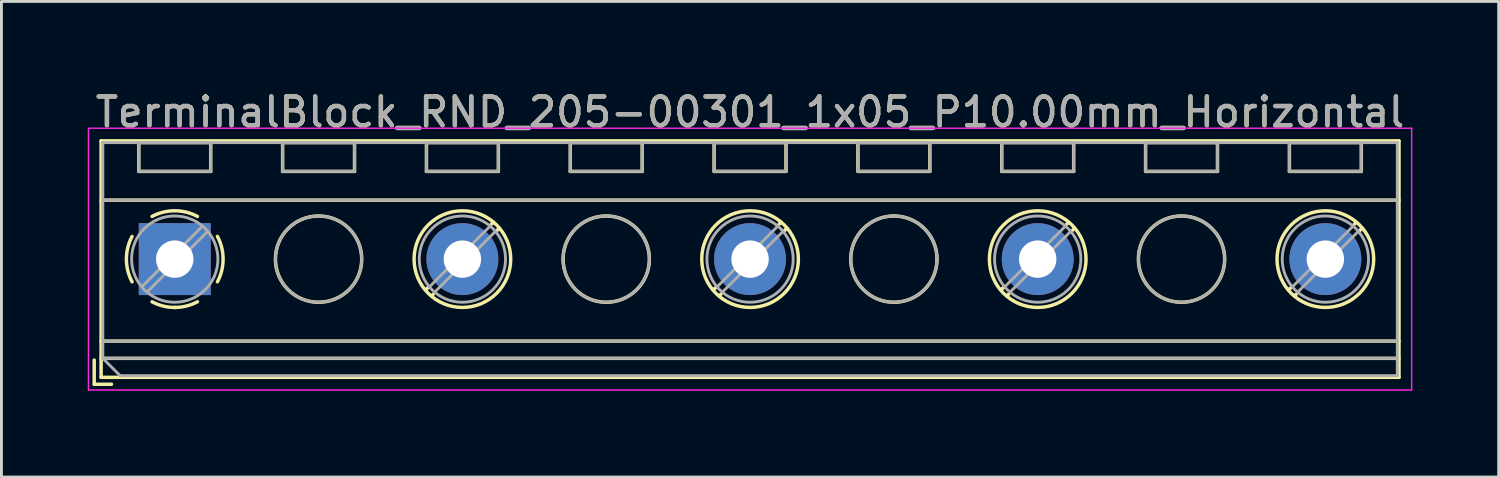
<source format=kicad_pcb>
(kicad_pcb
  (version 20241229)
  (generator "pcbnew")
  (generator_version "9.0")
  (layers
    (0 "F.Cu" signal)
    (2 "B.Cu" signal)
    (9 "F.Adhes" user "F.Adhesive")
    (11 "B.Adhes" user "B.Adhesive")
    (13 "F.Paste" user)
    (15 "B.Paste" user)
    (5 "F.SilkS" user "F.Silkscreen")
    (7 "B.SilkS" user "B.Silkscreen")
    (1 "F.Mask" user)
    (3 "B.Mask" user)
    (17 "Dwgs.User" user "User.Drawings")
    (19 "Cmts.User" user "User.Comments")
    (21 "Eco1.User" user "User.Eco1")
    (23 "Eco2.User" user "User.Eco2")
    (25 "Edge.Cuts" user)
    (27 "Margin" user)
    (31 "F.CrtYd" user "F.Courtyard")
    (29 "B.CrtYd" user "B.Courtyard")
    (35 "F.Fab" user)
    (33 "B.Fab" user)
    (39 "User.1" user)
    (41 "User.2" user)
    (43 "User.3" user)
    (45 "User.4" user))
  (footprint "TerminalBlock_RND_205-00301_1x05_P10.00mm_Horizontal"
    (layer "F.Cu")
    (at 3.025 5.958)
    (property "Reference" "TerminalBlock_RND_205-00301_1x05_P10.00mm_Horizontal" (at 20 -5.11 0) (layer "F.SilkS") (effects (font (size 1 1) (thickness 0.15))))
    (attr through_hole)
    (fp_line (start -2.8 3.51) (end -2.8 4.35) (stroke (width 0.12) (type solid)) (layer "F.SilkS"))
    (fp_line (start -2.8 4.35) (end -2.2 4.35) (stroke (width 0.12) (type solid)) (layer "F.SilkS"))
    (fp_line (start -2.56 -4.11) (end -2.56 4.11) (stroke (width 0.12) (type solid)) (layer "F.SilkS"))
    (fp_line (start -2.56 -4.11) (end 42.56 -4.11) (stroke (width 0.12) (type solid)) (layer "F.SilkS"))
    (fp_line (start -2.56 -2.05) (end 42.56 -2.05) (stroke (width 0.12) (type solid)) (layer "F.SilkS"))
    (fp_line (start -2.56 2.85) (end 42.56 2.85) (stroke (width 0.12) (type solid)) (layer "F.SilkS"))
    (fp_line (start -2.56 3.45) (end 42.56 3.45) (stroke (width 0.12) (type solid)) (layer "F.SilkS"))
    (fp_line (start -2.56 4.11) (end 42.56 4.11) (stroke (width 0.12) (type solid)) (layer "F.SilkS"))
    (fp_line (start -1.25 -4.05) (end -1.25 -3.05) (stroke (width 0.12) (type solid)) (layer "F.SilkS"))
    (fp_line (start -1.25 -4.05) (end 1.25 -4.05) (stroke (width 0.12) (type solid)) (layer "F.SilkS"))
    (fp_line (start -1.25 -3.05) (end 1.25 -3.05) (stroke (width 0.12) (type solid)) (layer "F.SilkS"))
    (fp_line (start 1.25 -4.05) (end 1.25 -3.05) (stroke (width 0.12) (type solid)) (layer "F.SilkS"))
    (fp_line (start 3.75 -4.05) (end 3.75 -3.05) (stroke (width 0.12) (type solid)) (layer "F.SilkS"))
    (fp_line (start 3.75 -4.05) (end 6.25 -4.05) (stroke (width 0.12) (type solid)) (layer "F.SilkS"))
    (fp_line (start 3.75 -3.05) (end 6.25 -3.05) (stroke (width 0.12) (type solid)) (layer "F.SilkS"))
    (fp_line (start 6.25 -4.05) (end 6.25 -3.05) (stroke (width 0.12) (type solid)) (layer "F.SilkS"))
    (fp_line (start 8.75 -4.05) (end 8.75 -3.05) (stroke (width 0.12) (type solid)) (layer "F.SilkS"))
    (fp_line (start 8.75 -4.05) (end 11.25 -4.05) (stroke (width 0.12) (type solid)) (layer "F.SilkS"))
    (fp_line (start 8.75 -3.05) (end 11.25 -3.05) (stroke (width 0.12) (type solid)) (layer "F.SilkS"))
    (fp_line (start 8.82 0.976) (end 8.726 1.069) (stroke (width 0.12) (type solid)) (layer "F.SilkS"))
    (fp_line (start 8.99 1.216) (end 8.931 1.274) (stroke (width 0.12) (type solid)) (layer "F.SilkS"))
    (fp_line (start 11.07 -1.275) (end 11.011 -1.216) (stroke (width 0.12) (type solid)) (layer "F.SilkS"))
    (fp_line (start 11.25 -4.05) (end 11.25 -3.05) (stroke (width 0.12) (type solid)) (layer "F.SilkS"))
    (fp_line (start 11.275 -1.069) (end 11.181 -0.976) (stroke (width 0.12) (type solid)) (layer "F.SilkS"))
    (fp_line (start 13.75 -4.05) (end 13.75 -3.05) (stroke (width 0.12) (type solid)) (layer "F.SilkS"))
    (fp_line (start 13.75 -4.05) (end 16.25 -4.05) (stroke (width 0.12) (type solid)) (layer "F.SilkS"))
    (fp_line (start 13.75 -3.05) (end 16.25 -3.05) (stroke (width 0.12) (type solid)) (layer "F.SilkS"))
    (fp_line (start 16.25 -4.05) (end 16.25 -3.05) (stroke (width 0.12) (type solid)) (layer "F.SilkS"))
    (fp_line (start 18.75 -4.05) (end 18.75 -3.05) (stroke (width 0.12) (type solid)) (layer "F.SilkS"))
    (fp_line (start 18.75 -4.05) (end 21.25 -4.05) (stroke (width 0.12) (type solid)) (layer "F.SilkS"))
    (fp_line (start 18.75 -3.05) (end 21.25 -3.05) (stroke (width 0.12) (type solid)) (layer "F.SilkS"))
    (fp_line (start 18.82 0.976) (end 18.726 1.069) (stroke (width 0.12) (type solid)) (layer "F.SilkS"))
    (fp_line (start 18.99 1.216) (end 18.931 1.274) (stroke (width 0.12) (type solid)) (layer "F.SilkS"))
    (fp_line (start 21.07 -1.275) (end 21.011 -1.216) (stroke (width 0.12) (type solid)) (layer "F.SilkS"))
    (fp_line (start 21.25 -4.05) (end 21.25 -3.05) (stroke (width 0.12) (type solid)) (layer "F.SilkS"))
    (fp_line (start 21.275 -1.069) (end 21.181 -0.976) (stroke (width 0.12) (type solid)) (layer "F.SilkS"))
    (fp_line (start 23.75 -4.05) (end 23.75 -3.05) (stroke (width 0.12) (type solid)) (layer "F.SilkS"))
    (fp_line (start 23.75 -4.05) (end 26.25 -4.05) (stroke (width 0.12) (type solid)) (layer "F.SilkS"))
    (fp_line (start 23.75 -3.05) (end 26.25 -3.05) (stroke (width 0.12) (type solid)) (layer "F.SilkS"))
    (fp_line (start 26.25 -4.05) (end 26.25 -3.05) (stroke (width 0.12) (type solid)) (layer "F.SilkS"))
    (fp_line (start 28.75 -4.05) (end 28.75 -3.05) (stroke (width 0.12) (type solid)) (layer "F.SilkS"))
    (fp_line (start 28.75 -4.05) (end 31.25 -4.05) (stroke (width 0.12) (type solid)) (layer "F.SilkS"))
    (fp_line (start 28.75 -3.05) (end 31.25 -3.05) (stroke (width 0.12) (type solid)) (layer "F.SilkS"))
    (fp_line (start 28.82 0.976) (end 28.726 1.069) (stroke (width 0.12) (type solid)) (layer "F.SilkS"))
    (fp_line (start 28.99 1.216) (end 28.931 1.274) (stroke (width 0.12) (type solid)) (layer "F.SilkS"))
    (fp_line (start 31.07 -1.275) (end 31.011 -1.216) (stroke (width 0.12) (type solid)) (layer "F.SilkS"))
    (fp_line (start 31.25 -4.05) (end 31.25 -3.05) (stroke (width 0.12) (type solid)) (layer "F.SilkS"))
    (fp_line (start 31.275 -1.069) (end 31.181 -0.976) (stroke (width 0.12) (type solid)) (layer "F.SilkS"))
    (fp_line (start 33.75 -4.05) (end 33.75 -3.05) (stroke (width 0.12) (type solid)) (layer "F.SilkS"))
    (fp_line (start 33.75 -4.05) (end 36.25 -4.05) (stroke (width 0.12) (type solid)) (layer "F.SilkS"))
    (fp_line (start 33.75 -3.05) (end 36.25 -3.05) (stroke (width 0.12) (type solid)) (layer "F.SilkS"))
    (fp_line (start 36.25 -4.05) (end 36.25 -3.05) (stroke (width 0.12) (type solid)) (layer "F.SilkS"))
    (fp_line (start 38.75 -4.05) (end 38.75 -3.05) (stroke (width 0.12) (type solid)) (layer "F.SilkS"))
    (fp_line (start 38.75 -4.05) (end 41.25 -4.05) (stroke (width 0.12) (type solid)) (layer "F.SilkS"))
    (fp_line (start 38.75 -3.05) (end 41.25 -3.05) (stroke (width 0.12) (type solid)) (layer "F.SilkS"))
    (fp_line (start 38.82 0.976) (end 38.726 1.069) (stroke (width 0.12) (type solid)) (layer "F.SilkS"))
    (fp_line (start 38.99 1.216) (end 38.931 1.274) (stroke (width 0.12) (type solid)) (layer "F.SilkS"))
    (fp_line (start 41.07 -1.275) (end 41.011 -1.216) (stroke (width 0.12) (type solid)) (layer "F.SilkS"))
    (fp_line (start 41.25 -4.05) (end 41.25 -3.05) (stroke (width 0.12) (type solid)) (layer "F.SilkS"))
    (fp_line (start 41.275 -1.069) (end 41.181 -0.976) (stroke (width 0.12) (type solid)) (layer "F.SilkS"))
    (fp_line (start 42.56 -4.11) (end 42.56 4.11) (stroke (width 0.12) (type solid)) (layer "F.SilkS"))
    (fp_arc (start -1.483953 0.789089) (mid -1.680708 0.00005) (end -1.484 -0.789) (stroke (width 0.12) (type solid)) (layer "F.SilkS"))
    (fp_arc (start -0.789089 -1.483953) (mid -0.00005 -1.680708) (end 0.789 -1.484) (stroke (width 0.12) (type solid)) (layer "F.SilkS"))
    (fp_arc (start 0.029383 1.68045) (mid -0.392304 1.634281) (end -0.789 1.484) (stroke (width 0.12) (type solid)) (layer "F.SilkS"))
    (fp_arc (start 0.788712 1.483352) (mid 0.406429 1.630097) (end 0 1.68) (stroke (width 0.12) (type solid)) (layer "F.SilkS"))
    (fp_arc (start 1.483953 -0.789089) (mid 1.680708 -0.00005) (end 1.484 0.789) (stroke (width 0.12) (type solid)) (layer "F.SilkS"))
    (fp_circle (center 5 0) (end 6.5 0) (stroke (width 0.12) (type solid)) (fill no) (layer "F.SilkS"))
    (fp_circle (center 10 0) (end 11.68 0) (stroke (width 0.12) (type solid)) (fill no) (layer "F.SilkS"))
    (fp_circle (center 15 0) (end 16.5 0) (stroke (width 0.12) (type solid)) (fill no) (layer "F.SilkS"))
    (fp_circle (center 20 0) (end 21.68 0) (stroke (width 0.12) (type solid)) (fill no) (layer "F.SilkS"))
    (fp_circle (center 25 0) (end 26.5 0) (stroke (width 0.12) (type solid)) (fill no) (layer "F.SilkS"))
    (fp_circle (center 30 0) (end 31.68 0) (stroke (width 0.12) (type solid)) (fill no) (layer "F.SilkS"))
    (fp_circle (center 35 0) (end 36.5 0) (stroke (width 0.12) (type solid)) (fill no) (layer "F.SilkS"))
    (fp_circle (center 40 0) (end 41.68 0) (stroke (width 0.12) (type solid)) (fill no) (layer "F.SilkS"))
    (fp_line (start -3 -4.55) (end -3 4.55) (stroke (width 0.05) (type solid)) (layer "F.CrtYd"))
    (fp_line (start -3 4.55) (end 43 4.55) (stroke (width 0.05) (type solid)) (layer "F.CrtYd"))
    (fp_line (start 43 -4.55) (end -3 -4.55) (stroke (width 0.05) (type solid)) (layer "F.CrtYd"))
    (fp_line (start 43 4.55) (end 43 -4.55) (stroke (width 0.05) (type solid)) (layer "F.CrtYd"))
    (fp_line (start -2.5 -4.05) (end 42.5 -4.05) (stroke (width 0.1) (type solid)) (layer "F.Fab"))
    (fp_line (start -2.5 -2.05) (end 42.5 -2.05) (stroke (width 0.1) (type solid)) (layer "F.Fab"))
    (fp_line (start -2.5 2.85) (end 42.5 2.85) (stroke (width 0.1) (type solid)) (layer "F.Fab"))
    (fp_line (start -2.5 3.45) (end -2.5 -4.05) (stroke (width 0.1) (type solid)) (layer "F.Fab"))
    (fp_line (start -2.5 3.45) (end 42.5 3.45) (stroke (width 0.1) (type solid)) (layer "F.Fab"))
    (fp_line (start -1.9 4.05) (end -2.5 3.45) (stroke (width 0.1) (type solid)) (layer "F.Fab"))
    (fp_line (start -1.25 -4.05) (end -1.25 -3.05) (stroke (width 0.1) (type solid)) (layer "F.Fab"))
    (fp_line (start -1.25 -3.05) (end 1.25 -3.05) (stroke (width 0.1) (type solid)) (layer "F.Fab"))
    (fp_line (start 0.955 -1.138) (end -1.138 0.955) (stroke (width 0.1) (type solid)) (layer "F.Fab"))
    (fp_line (start 1.138 -0.955) (end -0.955 1.138) (stroke (width 0.1) (type solid)) (layer "F.Fab"))
    (fp_line (start 1.25 -4.05) (end -1.25 -4.05) (stroke (width 0.1) (type solid)) (layer "F.Fab"))
    (fp_line (start 1.25 -3.05) (end 1.25 -4.05) (stroke (width 0.1) (type solid)) (layer "F.Fab"))
    (fp_line (start 3.75 -4.05) (end 3.75 -3.05) (stroke (width 0.1) (type solid)) (layer "F.Fab"))
    (fp_line (start 3.75 -3.05) (end 6.25 -3.05) (stroke (width 0.1) (type solid)) (layer "F.Fab"))
    (fp_line (start 6.25 -4.05) (end 3.75 -4.05) (stroke (width 0.1) (type solid)) (layer "F.Fab"))
    (fp_line (start 6.25 -3.05) (end 6.25 -4.05) (stroke (width 0.1) (type solid)) (layer "F.Fab"))
    (fp_line (start 8.75 -4.05) (end 8.75 -3.05) (stroke (width 0.1) (type solid)) (layer "F.Fab"))
    (fp_line (start 8.75 -3.05) (end 11.25 -3.05) (stroke (width 0.1) (type solid)) (layer "F.Fab"))
    (fp_line (start 10.955 -1.138) (end 8.863 0.955) (stroke (width 0.1) (type solid)) (layer "F.Fab"))
    (fp_line (start 11.138 -0.955) (end 9.046 1.138) (stroke (width 0.1) (type solid)) (layer "F.Fab"))
    (fp_line (start 11.25 -4.05) (end 8.75 -4.05) (stroke (width 0.1) (type solid)) (layer "F.Fab"))
    (fp_line (start 11.25 -3.05) (end 11.25 -4.05) (stroke (width 0.1) (type solid)) (layer "F.Fab"))
    (fp_line (start 13.75 -4.05) (end 13.75 -3.05) (stroke (width 0.1) (type solid)) (layer "F.Fab"))
    (fp_line (start 13.75 -3.05) (end 16.25 -3.05) (stroke (width 0.1) (type solid)) (layer "F.Fab"))
    (fp_line (start 16.25 -4.05) (end 13.75 -4.05) (stroke (width 0.1) (type solid)) (layer "F.Fab"))
    (fp_line (start 16.25 -3.05) (end 16.25 -4.05) (stroke (width 0.1) (type solid)) (layer "F.Fab"))
    (fp_line (start 18.75 -4.05) (end 18.75 -3.05) (stroke (width 0.1) (type solid)) (layer "F.Fab"))
    (fp_line (start 18.75 -3.05) (end 21.25 -3.05) (stroke (width 0.1) (type solid)) (layer "F.Fab"))
    (fp_line (start 20.955 -1.138) (end 18.863 0.955) (stroke (width 0.1) (type solid)) (layer "F.Fab"))
    (fp_line (start 21.138 -0.955) (end 19.046 1.138) (stroke (width 0.1) (type solid)) (layer "F.Fab"))
    (fp_line (start 21.25 -4.05) (end 18.75 -4.05) (stroke (width 0.1) (type solid)) (layer "F.Fab"))
    (fp_line (start 21.25 -3.05) (end 21.25 -4.05) (stroke (width 0.1) (type solid)) (layer "F.Fab"))
    (fp_line (start 23.75 -4.05) (end 23.75 -3.05) (stroke (width 0.1) (type solid)) (layer "F.Fab"))
    (fp_line (start 23.75 -3.05) (end 26.25 -3.05) (stroke (width 0.1) (type solid)) (layer "F.Fab"))
    (fp_line (start 26.25 -4.05) (end 23.75 -4.05) (stroke (width 0.1) (type solid)) (layer "F.Fab"))
    (fp_line (start 26.25 -3.05) (end 26.25 -4.05) (stroke (width 0.1) (type solid)) (layer "F.Fab"))
    (fp_line (start 28.75 -4.05) (end 28.75 -3.05) (stroke (width 0.1) (type solid)) (layer "F.Fab"))
    (fp_line (start 28.75 -3.05) (end 31.25 -3.05) (stroke (width 0.1) (type solid)) (layer "F.Fab"))
    (fp_line (start 30.955 -1.138) (end 28.863 0.955) (stroke (width 0.1) (type solid)) (layer "F.Fab"))
    (fp_line (start 31.138 -0.955) (end 29.046 1.138) (stroke (width 0.1) (type solid)) (layer "F.Fab"))
    (fp_line (start 31.25 -4.05) (end 28.75 -4.05) (stroke (width 0.1) (type solid)) (layer "F.Fab"))
    (fp_line (start 31.25 -3.05) (end 31.25 -4.05) (stroke (width 0.1) (type solid)) (layer "F.Fab"))
    (fp_line (start 33.75 -4.05) (end 33.75 -3.05) (stroke (width 0.1) (type solid)) (layer "F.Fab"))
    (fp_line (start 33.75 -3.05) (end 36.25 -3.05) (stroke (width 0.1) (type solid)) (layer "F.Fab"))
    (fp_line (start 36.25 -4.05) (end 33.75 -4.05) (stroke (width 0.1) (type solid)) (layer "F.Fab"))
    (fp_line (start 36.25 -3.05) (end 36.25 -4.05) (stroke (width 0.1) (type solid)) (layer "F.Fab"))
    (fp_line (start 38.75 -4.05) (end 38.75 -3.05) (stroke (width 0.1) (type solid)) (layer "F.Fab"))
    (fp_line (start 38.75 -3.05) (end 41.25 -3.05) (stroke (width 0.1) (type solid)) (layer "F.Fab"))
    (fp_line (start 40.955 -1.138) (end 38.863 0.955) (stroke (width 0.1) (type solid)) (layer "F.Fab"))
    (fp_line (start 41.138 -0.955) (end 39.046 1.138) (stroke (width 0.1) (type solid)) (layer "F.Fab"))
    (fp_line (start 41.25 -4.05) (end 38.75 -4.05) (stroke (width 0.1) (type solid)) (layer "F.Fab"))
    (fp_line (start 41.25 -3.05) (end 41.25 -4.05) (stroke (width 0.1) (type solid)) (layer "F.Fab"))
    (fp_line (start 42.5 -4.05) (end 42.5 4.05) (stroke (width 0.1) (type solid)) (layer "F.Fab"))
    (fp_line (start 42.5 4.05) (end -1.9 4.05) (stroke (width 0.1) (type solid)) (layer "F.Fab"))
    (fp_circle (center 0 0) (end 1.5 0) (stroke (width 0.1) (type solid)) (fill no) (layer "F.Fab"))
    (fp_circle (center 5 0) (end 6.5 0) (stroke (width 0.1) (type solid)) (fill no) (layer "F.Fab"))
    (fp_circle (center 10 0) (end 11.5 0) (stroke (width 0.1) (type solid)) (fill no) (layer "F.Fab"))
    (fp_circle (center 15 0) (end 16.5 0) (stroke (width 0.1) (type solid)) (fill no) (layer "F.Fab"))
    (fp_circle (center 20 0) (end 21.5 0) (stroke (width 0.1) (type solid)) (fill no) (layer "F.Fab"))
    (fp_circle (center 25 0) (end 26.5 0) (stroke (width 0.1) (type solid)) (fill no) (layer "F.Fab"))
    (fp_circle (center 30 0) (end 31.5 0) (stroke (width 0.1) (type solid)) (fill no) (layer "F.Fab"))
    (fp_circle (center 35 0) (end 36.5 0) (stroke (width 0.1) (type solid)) (fill no) (layer "F.Fab"))
    (fp_circle (center 40 0) (end 41.5 0) (stroke (width 0.1) (type solid)) (fill no) (layer "F.Fab"))
    (fp_text user "${REFERENCE}" (at 20 -5.11 0) (layer "F.Fab") (effects (font (size 1 1) (thickness 0.15))))
    (pad "1" thru_hole rect (at 0 0) (size 2.5 2.5) (drill 1.3) (layers "*.Cu" "*.Mask"))
    (pad "2" thru_hole circle (at 10 0) (size 2.5 2.5) (drill 1.3) (layers "*.Cu" "*.Mask"))
    (pad "3" thru_hole circle (at 20 0) (size 2.5 2.5) (drill 1.3) (layers "*.Cu" "*.Mask"))
    (pad "4" thru_hole circle (at 30 0) (size 2.5 2.5) (drill 1.3) (layers "*.Cu" "*.Mask"))
    (pad "5" thru_hole circle (at 40 0) (size 2.5 2.5) (drill 1.3) (layers "*.Cu" "*.Mask")))
  (gr_rect
    (start -3 -3)
    (end 49.05 13.533)
    (stroke (width 0.1) (type default))
    (fill no)
    (layer "Edge.Cuts")))
</source>
